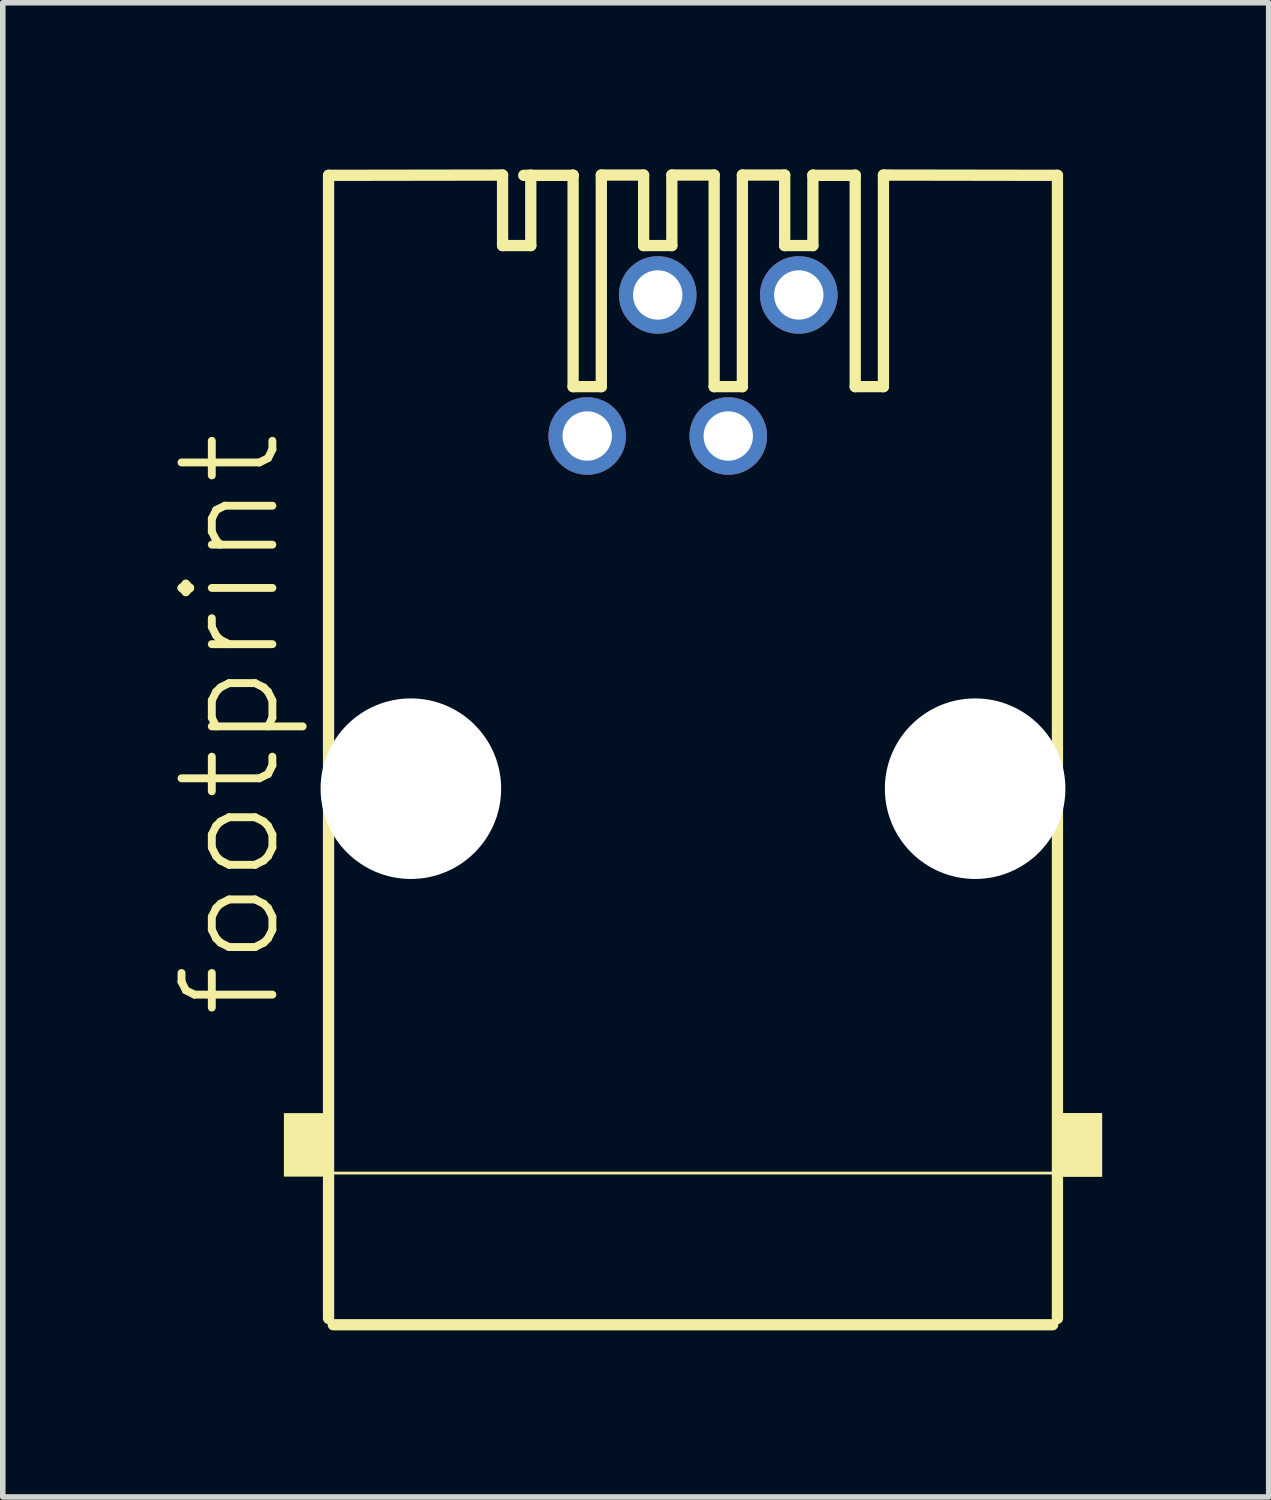
<source format=kicad_pcb>
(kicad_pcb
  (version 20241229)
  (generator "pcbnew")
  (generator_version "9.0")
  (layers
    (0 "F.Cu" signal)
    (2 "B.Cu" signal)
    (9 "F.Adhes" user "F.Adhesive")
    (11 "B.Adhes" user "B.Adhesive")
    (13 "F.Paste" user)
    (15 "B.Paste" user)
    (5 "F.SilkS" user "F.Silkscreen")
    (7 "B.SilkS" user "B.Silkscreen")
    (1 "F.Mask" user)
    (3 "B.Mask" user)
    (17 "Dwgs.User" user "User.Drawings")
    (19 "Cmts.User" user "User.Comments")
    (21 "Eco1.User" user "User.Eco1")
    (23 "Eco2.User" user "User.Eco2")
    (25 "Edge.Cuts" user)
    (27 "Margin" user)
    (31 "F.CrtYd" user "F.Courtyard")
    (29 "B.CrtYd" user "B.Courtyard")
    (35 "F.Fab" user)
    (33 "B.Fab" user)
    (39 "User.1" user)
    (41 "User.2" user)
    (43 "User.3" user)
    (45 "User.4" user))
  (footprint "footprint"
    (layer "F.Cu")
    (at 9.428 11.151)
    (property "Reference" "footprint" (at -7.366 4.191 90) (layer "F.SilkS") (effects (font (size 1.636 1.636) (thickness 0.142)) (justify left bottom)))
    (fp_line (start -6.562 -11.044) (end -3.429 -11.049) (stroke (width 0.203) (type solid)) (layer "F.SilkS"))
    (fp_line (start -6.562 9.538) (end -6.562 -11.044) (stroke (width 0.203) (type solid)) (layer "F.SilkS"))
    (fp_line (start -3.429 -11.049) (end -3.429 -9.779) (stroke (width 0.203) (type solid)) (layer "F.SilkS"))
    (fp_line (start -3.429 -9.779) (end -2.921 -9.779) (stroke (width 0.203) (type solid)) (layer "F.SilkS"))
    (fp_line (start -3.048 -11.044) (end -2.159 -11.044) (stroke (width 0.203) (type solid)) (layer "F.SilkS"))
    (fp_line (start -2.921 -11.049) (end -2.921 -9.779) (stroke (width 0.203) (type solid)) (layer "F.SilkS"))
    (fp_line (start -2.159 -11.049) (end -2.159 -11.044) (stroke (width 0.203) (type solid)) (layer "F.SilkS"))
    (fp_line (start -2.159 -11.044) (end -2.159 -7.239) (stroke (width 0.203) (type solid)) (layer "F.SilkS"))
    (fp_line (start -2.159 -7.239) (end -1.651 -7.239) (stroke (width 0.203) (type solid)) (layer "F.SilkS"))
    (fp_line (start -1.651 -11.049) (end -1.651 -7.239) (stroke (width 0.203) (type solid)) (layer "F.SilkS"))
    (fp_line (start -1.651 -11.049) (end -0.889 -11.049) (stroke (width 0.203) (type solid)) (layer "F.SilkS"))
    (fp_line (start -0.889 -11.049) (end -0.889 -9.779) (stroke (width 0.203) (type solid)) (layer "F.SilkS"))
    (fp_line (start -0.889 -9.779) (end -0.381 -9.779) (stroke (width 0.203) (type solid)) (layer "F.SilkS"))
    (fp_line (start -0.381 -11.049) (end -0.381 -9.779) (stroke (width 0.203) (type solid)) (layer "F.SilkS"))
    (fp_line (start -0.381 -11.049) (end 0.381 -11.049) (stroke (width 0.203) (type solid)) (layer "F.SilkS"))
    (fp_line (start 0.381 -11.049) (end 0.381 -7.239) (stroke (width 0.203) (type solid)) (layer "F.SilkS"))
    (fp_line (start 0.381 -7.239) (end 0.889 -7.239) (stroke (width 0.203) (type solid)) (layer "F.SilkS"))
    (fp_line (start 0.889 -11.049) (end 0.889 -7.239) (stroke (width 0.203) (type solid)) (layer "F.SilkS"))
    (fp_line (start 0.889 -11.049) (end 1.651 -11.049) (stroke (width 0.203) (type solid)) (layer "F.SilkS"))
    (fp_line (start 1.651 -11.049) (end 1.651 -9.779) (stroke (width 0.203) (type solid)) (layer "F.SilkS"))
    (fp_line (start 1.651 -9.779) (end 2.159 -9.779) (stroke (width 0.203) (type solid)) (layer "F.SilkS"))
    (fp_line (start 2.159 -11.049) (end 2.159 -11.044) (stroke (width 0.203) (type solid)) (layer "F.SilkS"))
    (fp_line (start 2.159 -11.044) (end 2.159 -9.779) (stroke (width 0.203) (type solid)) (layer "F.SilkS"))
    (fp_line (start 2.159 -11.044) (end 2.921 -11.044) (stroke (width 0.203) (type solid)) (layer "F.SilkS"))
    (fp_line (start 2.921 -11.049) (end 2.921 -7.239) (stroke (width 0.203) (type solid)) (layer "F.SilkS"))
    (fp_line (start 2.921 -7.239) (end 3.429 -7.239) (stroke (width 0.203) (type solid)) (layer "F.SilkS"))
    (fp_line (start 3.429 -11.049) (end 3.429 -7.239) (stroke (width 0.203) (type solid)) (layer "F.SilkS"))
    (fp_line (start 3.429 -11.049) (end 6.562 -11.044) (stroke (width 0.203) (type solid)) (layer "F.SilkS"))
    (fp_line (start 6.477 9.652) (end -6.477 9.652) (stroke (width 0.203) (type solid)) (layer "F.SilkS"))
    (fp_line (start 6.54 6.921) (end -6.54 6.921) (stroke (width 0.051) (type solid)) (layer "F.SilkS"))
    (fp_line (start 6.562 -11.044) (end 6.562 9.538) (stroke (width 0.203) (type solid)) (layer "F.SilkS"))
    (fp_poly (pts (xy -7.366 6.985) (xy -6.604 6.985) (xy -6.604 5.842) (xy -7.366 5.842)) (stroke (width 0) (type solid)) (fill yes) (layer "F.SilkS"))
    (fp_poly (pts (xy 6.604 6.985) (xy 7.366 6.985) (xy 7.366 5.842) (xy 6.604 5.842)) (stroke (width 0) (type solid)) (fill yes) (layer "F.SilkS"))
    (fp_poly (pts (xy 6.604 6.985) (xy 7.366 6.985) (xy 7.366 5.842) (xy 6.604 5.842)) (stroke (width 0) (type solid)) (fill yes) (layer "F.SilkS"))
    (pad "" np_thru_hole circle (at -5.08 0) (size 3.251 3.251) (drill 3.251) (layers "*.Cu" "*.Mask"))
    (pad "" np_thru_hole circle (at 5.08 0) (size 3.251 3.251) (drill 3.251) (layers "*.Cu" "*.Mask"))
    (pad "1" thru_hole circle (at -1.905 -6.35) (size 1.397 1.397) (drill 0.889) (layers "*.Cu" "*.Mask"))
    (pad "2" thru_hole circle (at -0.635 -8.89) (size 1.397 1.397) (drill 0.889) (layers "*.Cu" "*.Mask"))
    (pad "3" thru_hole circle (at 0.635 -6.35) (size 1.397 1.397) (drill 0.889) (layers "*.Cu" "*.Mask"))
    (pad "4" thru_hole circle (at 1.905 -8.89) (size 1.397 1.397) (drill 0.889) (layers "*.Cu" "*.Mask")))
  (gr_rect
    (start -3 -3)
    (end 19.794 23.904)
    (stroke (width 0.1) (type default))
    (fill no)
    (layer "Edge.Cuts")))
</source>
